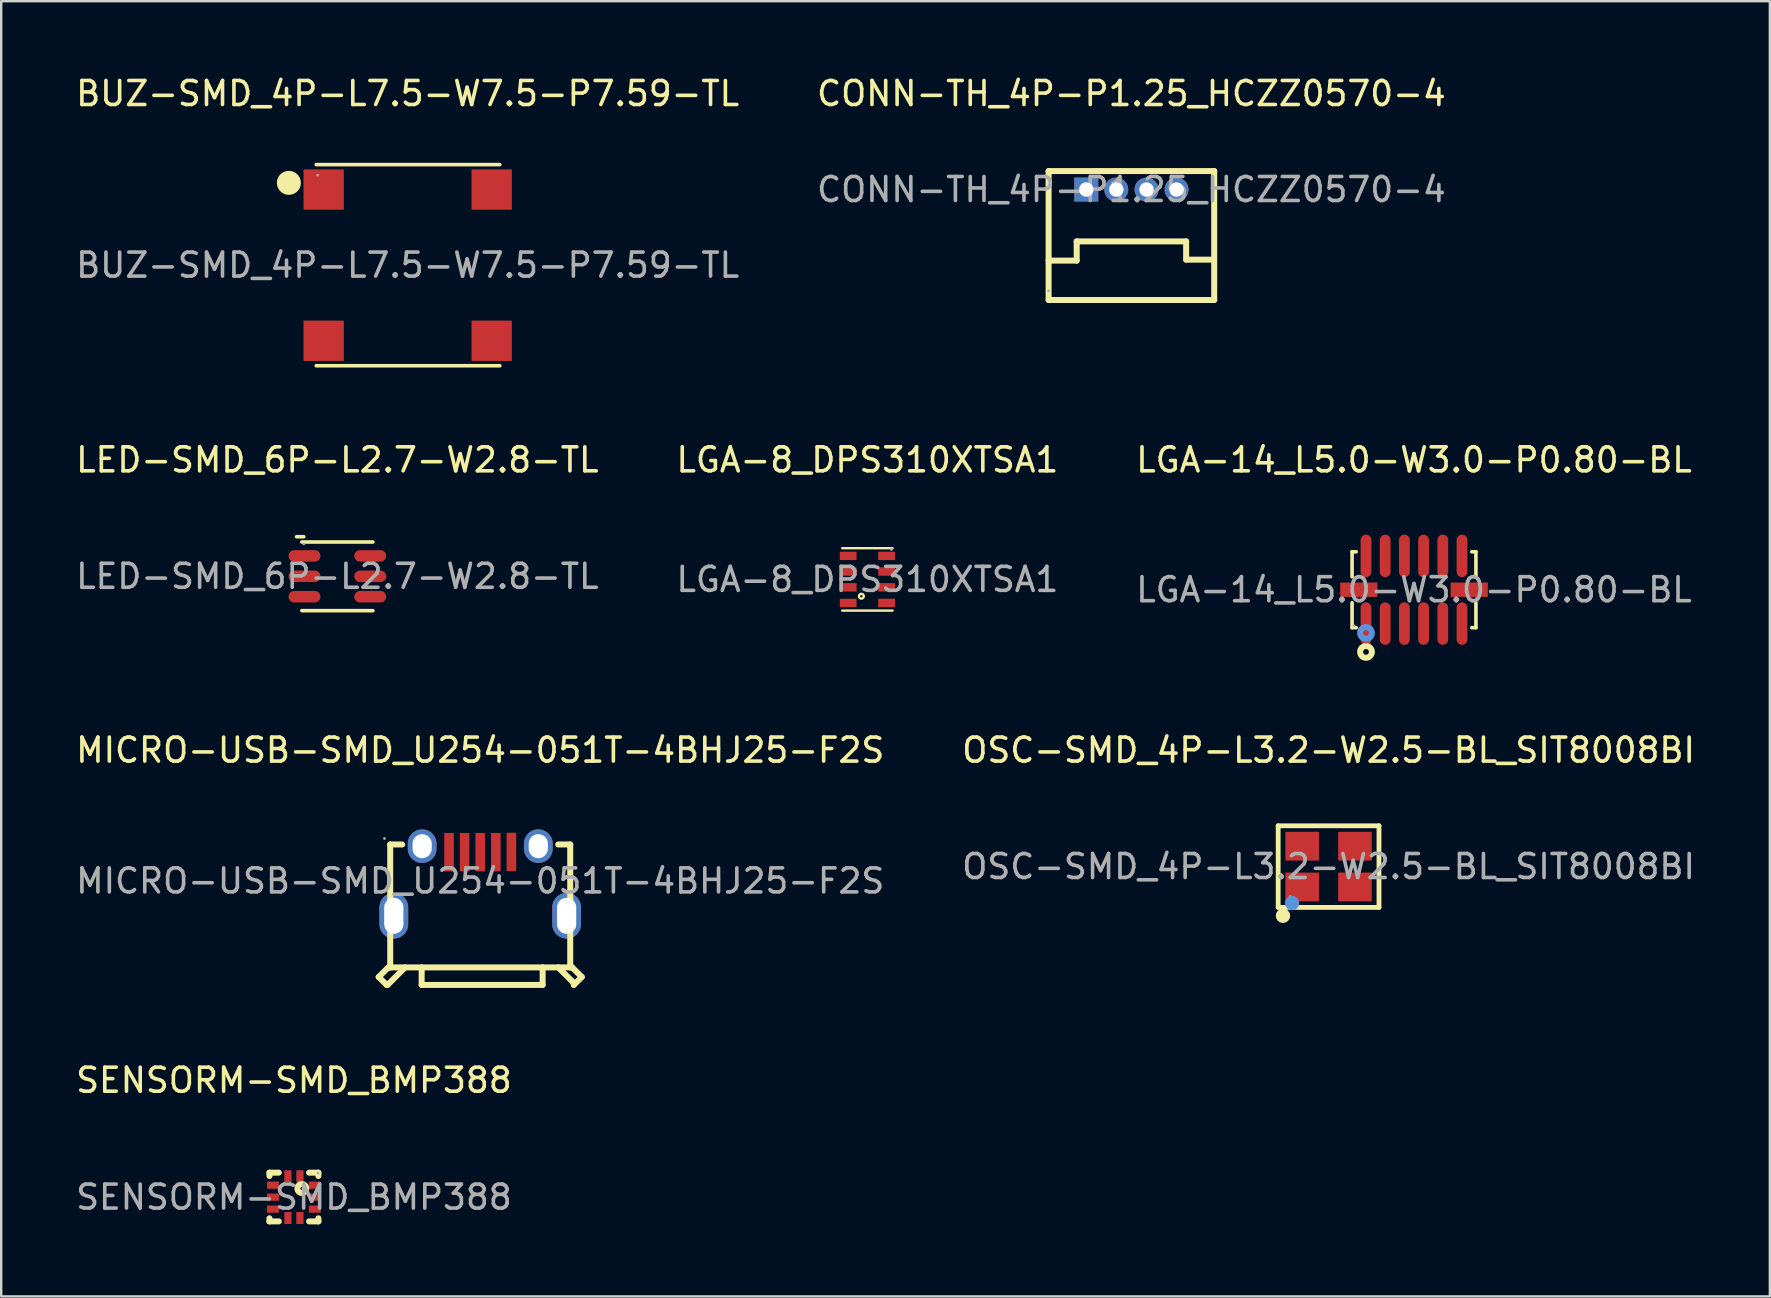
<source format=kicad_pcb>
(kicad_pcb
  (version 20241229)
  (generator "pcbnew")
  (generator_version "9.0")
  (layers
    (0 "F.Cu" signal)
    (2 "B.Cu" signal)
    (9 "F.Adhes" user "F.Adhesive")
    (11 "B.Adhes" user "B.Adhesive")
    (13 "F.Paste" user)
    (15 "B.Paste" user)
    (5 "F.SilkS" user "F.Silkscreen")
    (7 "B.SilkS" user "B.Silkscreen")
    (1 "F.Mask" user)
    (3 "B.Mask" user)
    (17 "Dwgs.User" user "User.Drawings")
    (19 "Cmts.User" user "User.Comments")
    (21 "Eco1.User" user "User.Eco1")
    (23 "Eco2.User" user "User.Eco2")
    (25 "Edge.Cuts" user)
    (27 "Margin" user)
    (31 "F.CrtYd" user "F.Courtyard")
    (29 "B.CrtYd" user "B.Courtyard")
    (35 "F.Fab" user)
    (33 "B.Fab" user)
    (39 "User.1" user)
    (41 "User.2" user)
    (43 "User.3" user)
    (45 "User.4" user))
  (footprint "SENSORM-SMD_BMP388"
    (layer "F.Cu")
    (at 9.196 46.828)
    (property "Reference" "SENSORM-SMD_BMP388" (at 0 -4.87 0) (layer "F.SilkS") (effects (font (size 1 1) (thickness 0.15))))
    (attr smd)
    (fp_line (start -1.02 -1.02) (end -0.63 -1.02) (stroke (width 0.25) (type solid)) (layer "F.SilkS"))
    (fp_line (start -1.02 -0.88) (end -1.02 -1.02) (stroke (width 0.25) (type solid)) (layer "F.SilkS"))
    (fp_line (start -1.02 1.01) (end -1.02 0.88) (stroke (width 0.25) (type solid)) (layer "F.SilkS"))
    (fp_line (start -0.63 1.01) (end -1.02 1.01) (stroke (width 0.25) (type solid)) (layer "F.SilkS"))
    (fp_line (start 0.63 -1.02) (end 1.02 -1.02) (stroke (width 0.25) (type solid)) (layer "F.SilkS"))
    (fp_line (start 1.02 -1.02) (end 1.02 -0.88) (stroke (width 0.25) (type solid)) (layer "F.SilkS"))
    (fp_line (start 1.02 0.88) (end 1.02 1.01) (stroke (width 0.25) (type solid)) (layer "F.SilkS"))
    (fp_line (start 1.02 1.01) (end 0.63 1.01) (stroke (width 0.25) (type solid)) (layer "F.SilkS"))
    (fp_circle (center 0.33 -0.36) (end 0.39 -0.36) (stroke (width 0.25) (type solid)) (fill no) (layer "F.SilkS"))
    (fp_circle (center 1 -1) (end 1.03 -1) (stroke (width 0.06) (type solid)) (fill no) (layer "F.Fab"))
    (fp_text user "${REFERENCE}" (at 0 0 0) (layer "F.Fab") (effects (font (size 1 1) (thickness 0.15))))
    (pad "1" smd rect (at 0.25 -0.87) (size 0.3 0.5) (layers "F.Cu" "F.Mask" "F.Paste"))
    (pad "2" smd rect (at -0.25 -0.87) (size 0.3 0.5) (layers "F.Cu" "F.Mask" "F.Paste"))
    (pad "3" smd rect (at -0.87 -0.5 270) (size 0.3 0.5) (layers "F.Cu" "F.Mask" "F.Paste"))
    (pad "4" smd rect (at -0.87 0 90) (size 0.3 0.5) (layers "F.Cu" "F.Mask" "F.Paste"))
    (pad "5" smd rect (at -0.87 0.5 90) (size 0.3 0.5) (layers "F.Cu" "F.Mask" "F.Paste"))
    (pad "6" smd rect (at -0.25 0.87 180) (size 0.3 0.5) (layers "F.Cu" "F.Mask" "F.Paste"))
    (pad "7" smd rect (at 0.25 0.87 180) (size 0.3 0.5) (layers "F.Cu" "F.Mask" "F.Paste"))
    (pad "8" smd rect (at 0.87 0.5 270) (size 0.3 0.5) (layers "F.Cu" "F.Mask" "F.Paste"))
    (pad "9" smd rect (at 0.87 0 270) (size 0.3 0.5) (layers "F.Cu" "F.Mask" "F.Paste"))
    (pad "10" smd rect (at 0.87 -0.5 270) (size 0.3 0.5) (layers "F.Cu" "F.Mask" "F.Paste")))
  (footprint "LED-SMD_6P-L2.7-W2.8-TL"
    (layer "F.Cu")
    (at 11.006 20.962)
    (property "Reference" "LED-SMD_6P-L2.7-W2.8-TL" (at 0 -4.85 0) (layer "F.SilkS") (effects (font (size 1 1) (thickness 0.15))))
    (attr smd)
    (fp_line (start -1.7 -1.65) (end -1.4 -1.65) (stroke (width 0.15) (type solid)) (layer "F.SilkS"))
    (fp_line (start -1.48 -1.43) (end 1.48 -1.43) (stroke (width 0.15) (type solid)) (layer "F.SilkS"))
    (fp_line (start -1.48 1.43) (end 1.48 1.43) (stroke (width 0.15) (type solid)) (layer "F.SilkS"))
    (fp_circle (center -1.4 -1.35) (end -1.37 -1.35) (stroke (width 0.06) (type solid)) (fill no) (layer "F.Fab"))
    (fp_text user "${REFERENCE}" (at 0 0 0) (layer "F.Fab") (effects (font (size 1 1) (thickness 0.15))))
    (pad "1" smd oval (at -1.37 -0.85 270) (size 0.48 1.33) (layers "F.Cu" "F.Mask" "F.Paste"))
    (pad "2" smd oval (at -1.37 0 270) (size 0.48 1.33) (layers "F.Cu" "F.Mask" "F.Paste"))
    (pad "3" smd oval (at -1.37 0.85 270) (size 0.48 1.33) (layers "F.Cu" "F.Mask" "F.Paste"))
    (pad "4" smd oval (at 1.37 0.85 270) (size 0.48 1.33) (layers "F.Cu" "F.Mask" "F.Paste"))
    (pad "5" smd oval (at 1.37 0 270) (size 0.48 1.33) (layers "F.Cu" "F.Mask" "F.Paste"))
    (pad "6" smd oval (at 1.37 -0.85 270) (size 0.48 1.33) (layers "F.Cu" "F.Mask" "F.Paste")))
  (footprint "CONN-TH_4P-P1.25_HCZZ0570-4"
    (layer "F.Cu")
    (at 44.089 4.848)
    (property "Reference" "CONN-TH_4P-P1.25_HCZZ0570-4" (at 0 -4 0) (layer "F.SilkS") (effects (font (size 1 1) (thickness 0.15))))
    (attr through_hole)
    (fp_line (start -3.45 2.96) (end -2.28 2.96) (stroke (width 0.25) (type solid)) (layer "F.SilkS"))
    (fp_line (start -3.45 4.6) (end -3.45 -0.77) (stroke (width 0.25) (type solid)) (layer "F.SilkS"))
    (fp_line (start -3.45 4.6) (end 3.45 4.6) (stroke (width 0.25) (type solid)) (layer "F.SilkS"))
    (fp_line (start -2.28 2.16) (end 2.28 2.16) (stroke (width 0.25) (type solid)) (layer "F.SilkS"))
    (fp_line (start -2.28 2.96) (end -2.28 2.16) (stroke (width 0.25) (type solid)) (layer "F.SilkS"))
    (fp_line (start 2.28 2.16) (end 2.28 2.92) (stroke (width 0.25) (type solid)) (layer "F.SilkS"))
    (fp_line (start 2.28 2.92) (end 3.3 2.92) (stroke (width 0.25) (type solid)) (layer "F.SilkS"))
    (fp_line (start 3.45 -0.77) (end -3.45 -0.77) (stroke (width 0.25) (type solid)) (layer "F.SilkS"))
    (fp_line (start 3.45 -0.77) (end 3.45 4.6) (stroke (width 0.25) (type solid)) (layer "F.SilkS"))
    (fp_circle (center -3.45 4.22) (end -3.42 4.22) (stroke (width 0.06) (type solid)) (fill no) (layer "F.Fab"))
    (fp_text user "${REFERENCE}" (at 0 0 0) (layer "F.Fab") (effects (font (size 1 1) (thickness 0.15))))
    (pad "1" thru_hole rect (at -1.88 0) (size 1 1) (drill 0.6) (layers "*.Cu" "*.Mask"))
    (pad "2" thru_hole circle (at -0.63 0) (size 1 1) (drill 0.6) (layers "*.Cu" "*.Mask"))
    (pad "3" thru_hole circle (at 0.63 0) (size 1 1) (drill 0.6) (layers "*.Cu" "*.Mask"))
    (pad "4" thru_hole circle (at 1.88 0) (size 1 1) (drill 0.6) (layers "*.Cu" "*.Mask")))
  (footprint "BUZ-SMD_4P-L7.5-W7.5-P7.59-TL"
    (layer "F.Cu")
    (at 13.935 7.998)
    (property "Reference" "BUZ-SMD_4P-L7.5-W7.5-P7.59-TL" (at 0 -7.15 0) (layer "F.SilkS") (effects (font (size 1 1) (thickness 0.15))))
    (attr smd)
    (fp_line (start -3.81 -4.19) (end 3.84 -4.19) (stroke (width 0.15) (type solid)) (layer "F.SilkS"))
    (fp_line (start -3.81 4.19) (end 3.84 4.19) (stroke (width 0.15) (type solid)) (layer "F.SilkS"))
    (fp_circle (center -4.95 -3.43) (end -4.7 -3.43) (stroke (width 0.5) (type solid)) (fill no) (layer "F.SilkS"))
    (fp_circle (center -3.75 -3.75) (end -3.72 -3.75) (stroke (width 0.06) (type solid)) (fill no) (layer "F.Fab"))
    (fp_text user "${REFERENCE}" (at 0 0 0) (layer "F.Fab") (effects (font (size 1 1) (thickness 0.15))))
    (pad "1" smd rect (at -3.5 -3.15 180) (size 1.68 1.68) (layers "F.Cu" "F.Mask" "F.Paste"))
    (pad "2" smd rect (at -3.5 3.15 180) (size 1.68 1.68) (layers "F.Cu" "F.Mask" "F.Paste"))
    (pad "3" smd rect (at 3.5 3.15 180) (size 1.68 1.68) (layers "F.Cu" "F.Mask" "F.Paste"))
    (pad "4" smd rect (at 3.5 -3.15 180) (size 1.68 1.68) (layers "F.Cu" "F.Mask" "F.Paste")))
  (footprint "LGA-8_DPS310XTSA1"
    (layer "F.Cu")
    (at 33.089 21.091)
    (property "Reference" "LGA-8_DPS310XTSA1" (at 0 -4.98 0) (layer "F.SilkS") (effects (font (size 1 1) (thickness 0.15))))
    (attr smd)
    (fp_line (start -1.05 1.3) (end 1.05 1.3) (stroke (width 0.1) (type solid)) (layer "F.SilkS"))
    (fp_line (start 1.05 -1.3) (end -1.05 -1.3) (stroke (width 0.1) (type solid)) (layer "F.SilkS"))
    (fp_circle (center -0.25 0.7) (end -0.15 0.7) (stroke (width 0.1) (type solid)) (fill no) (layer "F.SilkS"))
    (fp_circle (center 1 -1.25) (end 1.03 -1.25) (stroke (width 0.06) (type solid)) (fill no) (layer "F.Fab"))
    (fp_text user "${REFERENCE}" (at 0 0 0) (layer "F.Fab") (effects (font (size 1 1) (thickness 0.15))))
    (pad "1" smd rect (at 0.8 -0.98) (size 0.7 0.35) (layers "F.Cu" "F.Mask" "F.Paste"))
    (pad "2" smd rect (at 0.8 -0.33) (size 0.7 0.35) (layers "F.Cu" "F.Mask" "F.Paste"))
    (pad "3" smd rect (at 0.8 0.33) (size 0.7 0.35) (layers "F.Cu" "F.Mask" "F.Paste"))
    (pad "4" smd rect (at 0.8 0.98) (size 0.7 0.35) (layers "F.Cu" "F.Mask" "F.Paste"))
    (pad "5" smd rect (at -0.8 0.98) (size 0.7 0.35) (layers "F.Cu" "F.Mask" "F.Paste"))
    (pad "6" smd rect (at -0.8 0.33) (size 0.7 0.35) (layers "F.Cu" "F.Mask" "F.Paste"))
    (pad "7" smd rect (at -0.8 -0.33) (size 0.7 0.35) (layers "F.Cu" "F.Mask" "F.Paste"))
    (pad "8" smd rect (at -0.8 -0.98) (size 0.7 0.35) (layers "F.Cu" "F.Mask" "F.Paste")))
  (footprint "LGA-14_L5.0-W3.0-P0.80-BL"
    (layer "F.Cu")
    (at 55.863 21.521)
    (property "Reference" "LGA-14_L5.0-W3.0-P0.80-BL" (at 0 -5.41 0) (layer "F.SilkS") (effects (font (size 1 1) (thickness 0.15))))
    (attr smd)
    (fp_line (start -2.58 -1.58) (end -2.41 -1.58) (stroke (width 0.15) (type solid)) (layer "F.SilkS"))
    (fp_line (start -2.58 -0.54) (end -2.58 -1.58) (stroke (width 0.15) (type solid)) (layer "F.SilkS"))
    (fp_line (start -2.58 0.54) (end -2.58 1.58) (stroke (width 0.15) (type solid)) (layer "F.SilkS"))
    (fp_line (start -2.58 1.58) (end -2.41 1.58) (stroke (width 0.15) (type solid)) (layer "F.SilkS"))
    (fp_line (start 2.58 -1.58) (end 2.41 -1.58) (stroke (width 0.15) (type solid)) (layer "F.SilkS"))
    (fp_line (start 2.58 -0.54) (end 2.58 -1.58) (stroke (width 0.15) (type solid)) (layer "F.SilkS"))
    (fp_line (start 2.58 0.54) (end 2.58 1.58) (stroke (width 0.15) (type solid)) (layer "F.SilkS"))
    (fp_line (start 2.58 1.58) (end 2.41 1.58) (stroke (width 0.15) (type solid)) (layer "F.SilkS"))
    (fp_circle (center -2 2.59) (end -1.88 2.59) (stroke (width 0.25) (type solid)) (fill no) (layer "F.SilkS"))
    (fp_circle (center -2 1.8) (end -1.88 1.8) (stroke (width 0.25) (type solid)) (fill no) (layer "Cmts.User"))
    (fp_circle (center -2.5 1.5) (end -2.47 1.5) (stroke (width 0.06) (type solid)) (fill no) (layer "F.Fab"))
    (fp_text user "${REFERENCE}" (at 0 0 0) (layer "F.Fab") (effects (font (size 1 1) (thickness 0.15))))
    (pad "1" smd oval (at -2 1.41) (size 0.45 1.77) (layers "F.Cu" "F.Mask" "F.Paste"))
    (pad "2" smd oval (at -1.2 1.41) (size 0.45 1.77) (layers "F.Cu" "F.Mask" "F.Paste"))
    (pad "3" smd oval (at -0.4 1.41) (size 0.45 1.77) (layers "F.Cu" "F.Mask" "F.Paste"))
    (pad "4" smd oval (at 0.4 1.41) (size 0.45 1.77) (layers "F.Cu" "F.Mask" "F.Paste"))
    (pad "5" smd oval (at 1.2 1.41) (size 0.45 1.77) (layers "F.Cu" "F.Mask" "F.Paste"))
    (pad "6" smd oval (at 2 1.41) (size 0.45 1.77) (layers "F.Cu" "F.Mask" "F.Paste"))
    (pad "7" smd rect (at 2.3 0) (size 1.55 0.6) (layers "F.Cu" "F.Mask" "F.Paste"))
    (pad "8" smd oval (at 2 -1.41) (size 0.45 1.77) (layers "F.Cu" "F.Mask" "F.Paste"))
    (pad "9" smd oval (at 1.2 -1.41) (size 0.45 1.77) (layers "F.Cu" "F.Mask" "F.Paste"))
    (pad "10" smd oval (at 0.4 -1.41) (size 0.45 1.77) (layers "F.Cu" "F.Mask" "F.Paste"))
    (pad "11" smd oval (at -0.4 -1.41) (size 0.45 1.77) (layers "F.Cu" "F.Mask" "F.Paste"))
    (pad "12" smd oval (at -1.2 -1.41) (size 0.45 1.77) (layers "F.Cu" "F.Mask" "F.Paste"))
    (pad "13" smd oval (at -2 -1.41) (size 0.45 1.77) (layers "F.Cu" "F.Mask" "F.Paste"))
    (pad "14" smd rect (at -2.3 0) (size 1.55 0.6) (layers "F.Cu" "F.Mask" "F.Paste")))
  (footprint "OSC-SMD_4P-L3.2-W2.5-BL_SIT8008BI"
    (layer "F.Cu")
    (at 52.304 33.055)
    (property "Reference" "OSC-SMD_4P-L3.2-W2.5-BL_SIT8008BI" (at 0 -4.85 0) (layer "F.SilkS") (effects (font (size 1 1) (thickness 0.15))))
    (attr smd)
    (fp_line (start -2.1 -1.7) (end -2.1 1.7) (stroke (width 0.2) (type solid)) (layer "F.SilkS"))
    (fp_line (start -2.1 1.7) (end 2.1 1.7) (stroke (width 0.2) (type solid)) (layer "F.SilkS"))
    (fp_line (start 2.1 -1.7) (end -2.1 -1.7) (stroke (width 0.2) (type solid)) (layer "F.SilkS"))
    (fp_line (start 2.1 1.7) (end 2.1 -1.7) (stroke (width 0.2) (type solid)) (layer "F.SilkS"))
    (fp_arc (start -1.9 2.05) (mid -1.9 2.05) (end -1.9 2.05) (stroke (width 0.3) (type solid)) (layer "F.SilkS"))
    (fp_circle (center -1.52 1.52) (end -1.37 1.52) (stroke (width 0.3) (type solid)) (fill no) (layer "Cmts.User"))
    (fp_circle (center -1.6 1.25) (end -1.57 1.25) (stroke (width 0.06) (type solid)) (fill no) (layer "F.Fab"))
    (fp_text user "${REFERENCE}" (at 0 0 0) (layer "F.Fab") (effects (font (size 1 1) (thickness 0.15))))
    (pad "1" smd rect (at -1.1 0.85) (size 1.4 1.2) (layers "F.Cu" "F.Mask" "F.Paste"))
    (pad "2" smd rect (at 1.1 0.85) (size 1.4 1.2) (layers "F.Cu" "F.Mask" "F.Paste"))
    (pad "3" smd rect (at 1.1 -0.85) (size 1.4 1.2) (layers "F.Cu" "F.Mask" "F.Paste"))
    (pad "4" smd rect (at -1.1 -0.85) (size 1.4 1.2) (layers "F.Cu" "F.Mask" "F.Paste")))
  (footprint "MICRO-USB-SMD_U254-051T-4BHJ25-F2S"
    (layer "F.Cu")
    (at 16.958 33.655)
    (property "Reference" "MICRO-USB-SMD_U254-051T-4BHJ25-F2S" (at 0 -5.45 0) (layer "F.SilkS") (effects (font (size 1 1) (thickness 0.15))))
    (attr smd)
    (fp_line (start -4.23 4) (end -3.9 4.33) (stroke (width 0.25) (type solid)) (layer "F.SilkS"))
    (fp_line (start -3.9 4.33) (end -3.86 4.33) (stroke (width 0.25) (type solid)) (layer "F.SilkS"))
    (fp_line (start -3.86 4.33) (end -3.13 3.6) (stroke (width 0.25) (type solid)) (layer "F.SilkS"))
    (fp_line (start -3.83 3.6) (end -4.23 4) (stroke (width 0.25) (type solid)) (layer "F.SilkS"))
    (fp_line (start -3.75 -1.52) (end -3.25 -1.52) (stroke (width 0.25) (type solid)) (layer "F.SilkS"))
    (fp_line (start -3.75 3.6) (end -3.83 3.6) (stroke (width 0.25) (type solid)) (layer "F.SilkS"))
    (fp_line (start -3.75 3.6) (end -3.75 -1.52) (stroke (width 0.25) (type solid)) (layer "F.SilkS"))
    (fp_line (start -2.44 3.6) (end -2.44 4.33) (stroke (width 0.25) (type solid)) (layer "F.SilkS"))
    (fp_line (start -2.44 4.33) (end 2.6 4.33) (stroke (width 0.25) (type solid)) (layer "F.SilkS"))
    (fp_line (start 2.6 4.33) (end 2.6 3.6) (stroke (width 0.25) (type solid)) (layer "F.SilkS"))
    (fp_line (start 3.25 -1.52) (end 3.75 -1.52) (stroke (width 0.25) (type solid)) (layer "F.SilkS"))
    (fp_line (start 3.75 -1.52) (end 3.75 3.6) (stroke (width 0.25) (type solid)) (layer "F.SilkS"))
    (fp_line (start 3.75 3.6) (end -3.75 3.6) (stroke (width 0.25) (type solid)) (layer "F.SilkS"))
    (fp_line (start 3.75 3.6) (end 3.83 3.6) (stroke (width 0.25) (type solid)) (layer "F.SilkS"))
    (fp_line (start 3.83 3.6) (end 4.23 4) (stroke (width 0.25) (type solid)) (layer "F.SilkS"))
    (fp_line (start 3.9 4.25) (end 3.25 3.6) (stroke (width 0.25) (type solid)) (layer "F.SilkS"))
    (fp_line (start 3.9 4.33) (end 3.9 4.25) (stroke (width 0.25) (type solid)) (layer "F.SilkS"))
    (fp_line (start 4.23 4) (end 3.9 4.33) (stroke (width 0.25) (type solid)) (layer "F.SilkS"))
    (fp_circle (center -3.99 -1.77) (end -3.96 -1.77) (stroke (width 0.06) (type solid)) (fill no) (layer "F.Fab"))
    (fp_text user "${REFERENCE}" (at 0 0 0) (layer "F.Fab") (effects (font (size 1 1) (thickness 0.15))))
    (pad "1" smd rect (at -1.3 -1.2) (size 0.4 1.6) (layers "F.Cu" "F.Mask" "F.Paste"))
    (pad "2" smd rect (at -0.65 -1.2) (size 0.4 1.6) (layers "F.Cu" "F.Mask" "F.Paste"))
    (pad "3" smd rect (at 0 -1.2) (size 0.4 1.6) (layers "F.Cu" "F.Mask" "F.Paste"))
    (pad "4" smd rect (at 0.65 -1.2) (size 0.4 1.6) (layers "F.Cu" "F.Mask" "F.Paste"))
    (pad "5" smd rect (at 1.3 -1.21) (size 0.4 1.6) (layers "F.Cu" "F.Mask" "F.Paste"))
    (pad "6" thru_hole oval (at 2.42 -1.45) (size 1.2 1.4) (drill oval 0.8 1) (layers "*.Cu" "*.Mask"))
    (pad "7" thru_hole oval (at -2.42 -1.45) (size 1.2 1.4) (drill oval 0.8 1) (layers "*.Cu" "*.Mask"))
    (pad "8" thru_hole oval (at -3.6 1.45) (size 1.2 1.9) (drill oval 0.8 1.5) (layers "*.Cu" "*.Mask"))
    (pad "9" thru_hole oval (at 3.6 1.45) (size 1.2 1.9) (drill oval 0.8 1.5) (layers "*.Cu" "*.Mask")))
  (gr_rect
    (start -3 -3)
    (end 70.69 50.963)
    (stroke (width 0.1) (type default))
    (fill no)
    (layer "Edge.Cuts")))
</source>
